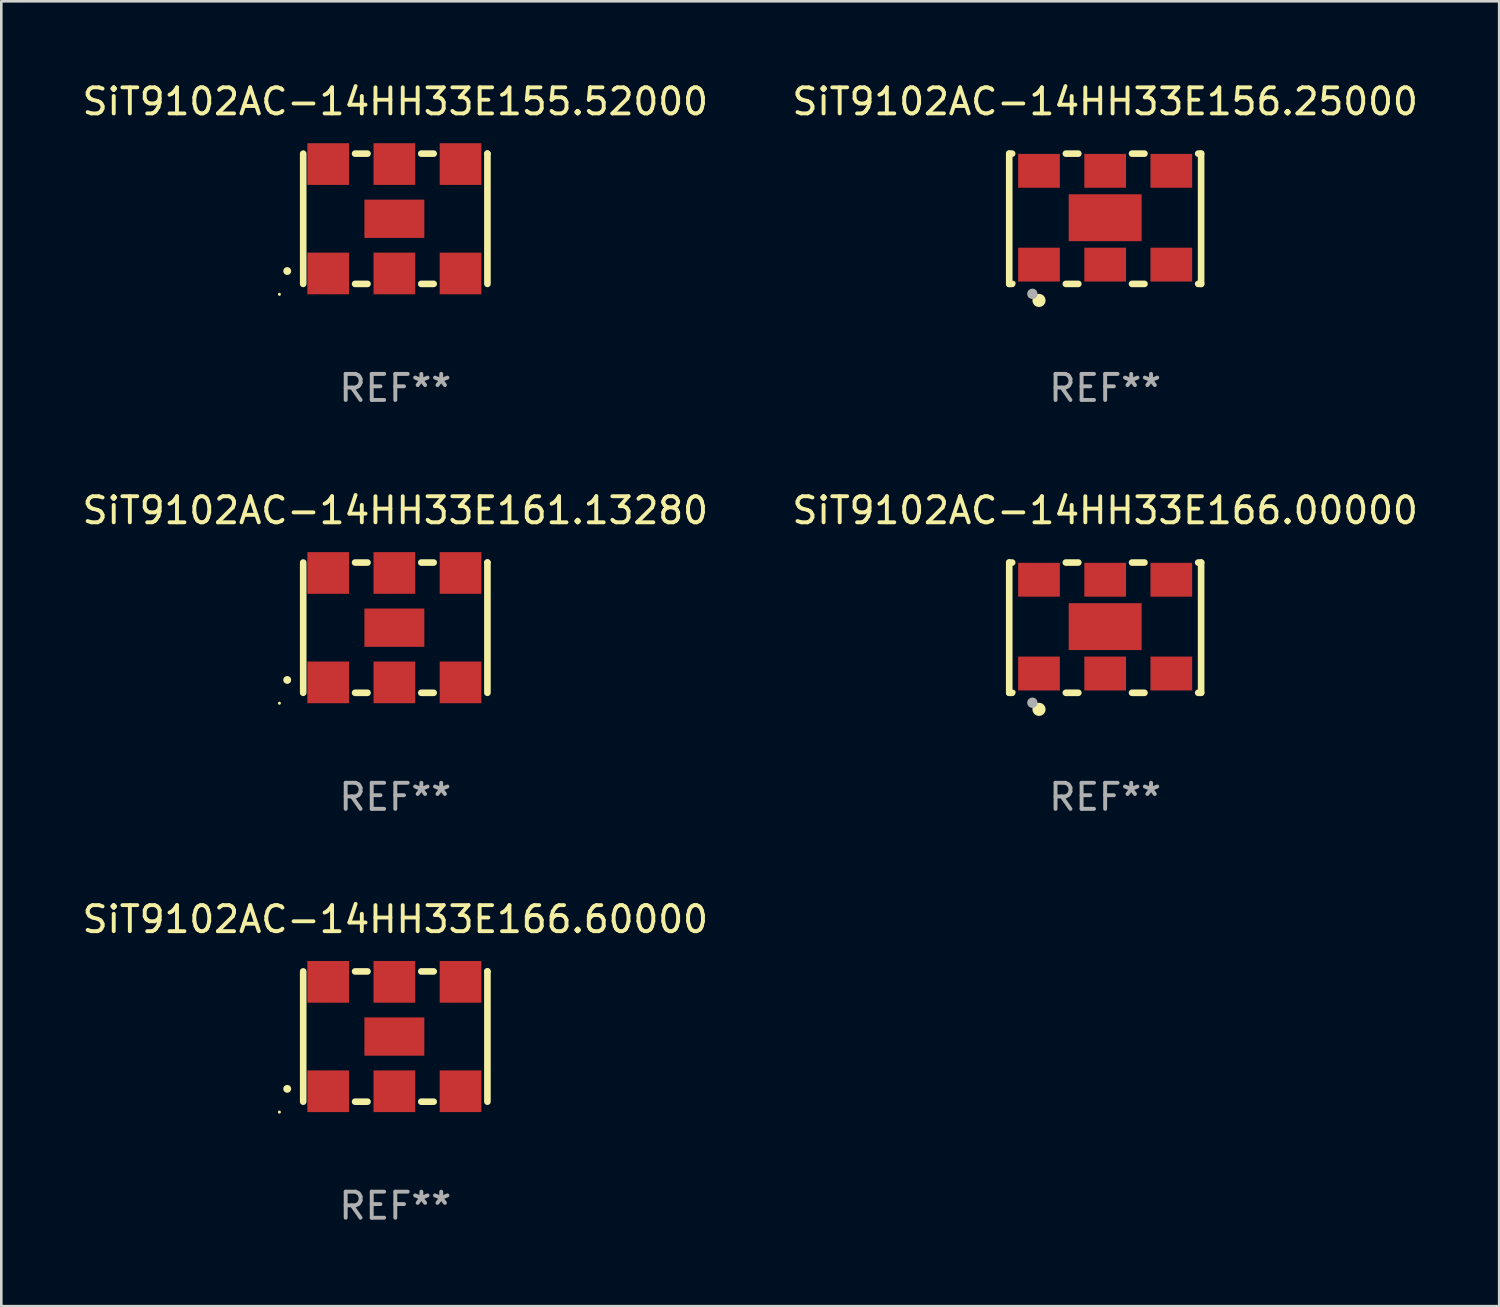
<source format=kicad_pcb>
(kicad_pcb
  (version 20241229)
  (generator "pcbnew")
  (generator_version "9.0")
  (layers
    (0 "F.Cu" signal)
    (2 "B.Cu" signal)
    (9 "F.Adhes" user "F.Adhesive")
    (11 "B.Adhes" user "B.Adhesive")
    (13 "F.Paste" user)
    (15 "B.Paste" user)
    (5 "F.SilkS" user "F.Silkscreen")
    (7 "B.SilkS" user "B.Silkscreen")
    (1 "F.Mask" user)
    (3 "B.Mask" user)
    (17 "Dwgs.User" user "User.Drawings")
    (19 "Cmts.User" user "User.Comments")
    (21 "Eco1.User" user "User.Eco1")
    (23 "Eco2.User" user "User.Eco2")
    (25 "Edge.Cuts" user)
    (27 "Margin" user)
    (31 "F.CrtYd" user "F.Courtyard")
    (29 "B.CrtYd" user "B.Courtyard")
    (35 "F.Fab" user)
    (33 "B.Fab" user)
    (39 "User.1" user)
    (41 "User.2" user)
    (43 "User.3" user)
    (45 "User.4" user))
  (footprint "SiT9102AC-14HH33E161.13280"
    (layer "F.Cu")
    (at 12.125 21.045)
    (property "Reference" "SiT9102AC-14HH33E161.13280" (at 0 -4.5 0) (layer "F.SilkS") (effects (font (size 1 1) (thickness 0.15))))
    (attr through_hole)
    (fp_line (start -3.536 -2.5) (end -3.536 2.5) (stroke (width 0.254) (type solid)) (layer "F.SilkS"))
    (fp_line (start -1.544 2.5) (end -1.067 2.5) (stroke (width 0.254) (type solid)) (layer "F.SilkS"))
    (fp_line (start -1.067 -2.5) (end -1.544 -2.5) (stroke (width 0.254) (type solid)) (layer "F.SilkS"))
    (fp_line (start 0.996 2.5) (end 1.473 2.5) (stroke (width 0.254) (type solid)) (layer "F.SilkS"))
    (fp_line (start 1.473 -2.5) (end 0.996 -2.5) (stroke (width 0.254) (type solid)) (layer "F.SilkS"))
    (fp_line (start 3.536 -2.5) (end 3.536 -2.5) (stroke (width 0.254) (type solid)) (layer "F.SilkS"))
    (fp_line (start 3.536 2.5) (end 3.536 -2.5) (stroke (width 0.254) (type solid)) (layer "F.SilkS"))
    (fp_arc (start -4.150432 2.006604) (mid -4.149162 2.006599) (end -4.147892 2.006604) (stroke (width 0.3) (type solid)) (layer "F.SilkS"))
    (fp_circle (center -4.449 2.9) (end -4.419 2.9) (stroke (width 0.06) (type solid)) (fill no) (layer "F.SilkS"))
    (fp_text user "REF**" (at 0 6.5 0) (layer "F.Fab") (effects (font (size 1 1) (thickness 0.15))))
    (pad "1" smd rect (at -2.576 2.1) (size 1.6 1.6) (layers "F.Cu" "F.Mask" "F.Paste"))
    (pad "2" smd rect (at -0.036 2.1) (size 1.6 1.6) (layers "F.Cu" "F.Mask" "F.Paste"))
    (pad "3" smd rect (at 2.504 2.1) (size 1.6 1.6) (layers "F.Cu" "F.Mask" "F.Paste"))
    (pad "4" smd rect (at 2.504 -2.1) (size 1.6 1.6) (layers "F.Cu" "F.Mask" "F.Paste"))
    (pad "5" smd rect (at -0.036 -2.1) (size 1.6 1.6) (layers "F.Cu" "F.Mask" "F.Paste"))
    (pad "6" smd rect (at -2.576 -2.1) (size 1.6 1.6) (layers "F.Cu" "F.Mask" "F.Paste"))
    (pad "7" smd rect (at -0.036 0) (size 2.3 1.47) (layers "F.Cu" "F.Mask" "F.Paste")))
  (footprint "SiT9102AC-14HH33E155.52000"
    (layer "F.Cu")
    (at 12.125 5.348)
    (property "Reference" "SiT9102AC-14HH33E155.52000" (at 0 -4.5 0) (layer "F.SilkS") (effects (font (size 1 1) (thickness 0.15))))
    (attr through_hole)
    (fp_line (start -3.536 -2.5) (end -3.536 2.5) (stroke (width 0.254) (type solid)) (layer "F.SilkS"))
    (fp_line (start -1.544 2.5) (end -1.067 2.5) (stroke (width 0.254) (type solid)) (layer "F.SilkS"))
    (fp_line (start -1.067 -2.5) (end -1.544 -2.5) (stroke (width 0.254) (type solid)) (layer "F.SilkS"))
    (fp_line (start 0.996 2.5) (end 1.473 2.5) (stroke (width 0.254) (type solid)) (layer "F.SilkS"))
    (fp_line (start 1.473 -2.5) (end 0.996 -2.5) (stroke (width 0.254) (type solid)) (layer "F.SilkS"))
    (fp_line (start 3.536 -2.5) (end 3.536 -2.5) (stroke (width 0.254) (type solid)) (layer "F.SilkS"))
    (fp_line (start 3.536 2.5) (end 3.536 -2.5) (stroke (width 0.254) (type solid)) (layer "F.SilkS"))
    (fp_arc (start -4.150432 2.006604) (mid -4.149162 2.006599) (end -4.147892 2.006604) (stroke (width 0.3) (type solid)) (layer "F.SilkS"))
    (fp_circle (center -4.449 2.9) (end -4.419 2.9) (stroke (width 0.06) (type solid)) (fill no) (layer "F.SilkS"))
    (fp_text user "REF**" (at 0 6.5 0) (layer "F.Fab") (effects (font (size 1 1) (thickness 0.15))))
    (pad "1" smd rect (at -2.576 2.1) (size 1.6 1.6) (layers "F.Cu" "F.Mask" "F.Paste"))
    (pad "2" smd rect (at -0.036 2.1) (size 1.6 1.6) (layers "F.Cu" "F.Mask" "F.Paste"))
    (pad "3" smd rect (at 2.504 2.1) (size 1.6 1.6) (layers "F.Cu" "F.Mask" "F.Paste"))
    (pad "4" smd rect (at 2.504 -2.1) (size 1.6 1.6) (layers "F.Cu" "F.Mask" "F.Paste"))
    (pad "5" smd rect (at -0.036 -2.1) (size 1.6 1.6) (layers "F.Cu" "F.Mask" "F.Paste"))
    (pad "6" smd rect (at -2.576 -2.1) (size 1.6 1.6) (layers "F.Cu" "F.Mask" "F.Paste"))
    (pad "7" smd rect (at -0.036 0) (size 2.3 1.47) (layers "F.Cu" "F.Mask" "F.Paste")))
  (footprint "SiT9102AC-14HH33E156.25000"
    (layer "F.Cu")
    (at 39.375 5.348)
    (property "Reference" "SiT9102AC-14HH33E156.25000" (at 0 -4.5 0) (layer "F.SilkS") (effects (font (size 1 1) (thickness 0.15))))
    (attr through_hole)
    (fp_line (start -3.683 -2.5) (end -3.571 -2.5) (stroke (width 0.254) (type solid)) (layer "F.SilkS"))
    (fp_line (start -3.683 2.5) (end -3.683 -2.5) (stroke (width 0.254) (type solid)) (layer "F.SilkS"))
    (fp_line (start -3.683 2.5) (end -3.571 2.5) (stroke (width 0.254) (type solid)) (layer "F.SilkS"))
    (fp_line (start -1.509 -2.5) (end -1.031 -2.5) (stroke (width 0.254) (type solid)) (layer "F.SilkS"))
    (fp_line (start -1.509 2.5) (end -1.031 2.5) (stroke (width 0.254) (type solid)) (layer "F.SilkS"))
    (fp_line (start 1.031 -2.5) (end 1.509 -2.5) (stroke (width 0.254) (type solid)) (layer "F.SilkS"))
    (fp_line (start 1.031 2.5) (end 1.509 2.5) (stroke (width 0.254) (type solid)) (layer "F.SilkS"))
    (fp_line (start 3.571 -2.5) (end 3.683 -2.5) (stroke (width 0.254) (type solid)) (layer "F.SilkS"))
    (fp_line (start 3.571 2.5) (end 3.683 2.5) (stroke (width 0.254) (type solid)) (layer "F.SilkS"))
    (fp_line (start 3.683 2.5) (end 3.683 -2.5) (stroke (width 0.254) (type solid)) (layer "F.SilkS"))
    (fp_circle (center -3.5 2.46) (end -3.47 2.46) (stroke (width 0.06) (type solid)) (fill no) (layer "F.SilkS"))
    (fp_circle (center -2.54 3.135) (end -2.413 3.135) (stroke (width 0.254) (type solid)) (fill no) (layer "F.SilkS"))
    (fp_circle (center -2.794 2.881) (end -2.694 2.881) (stroke (width 0.2) (type solid)) (fill no) (layer "F.Fab"))
    (fp_text user "REF**" (at 0 6.5 0) (layer "F.Fab") (effects (font (size 1 1) (thickness 0.15))))
    (pad "1" smd rect (at -2.54 1.76) (size 1.6 1.3) (layers "F.Cu" "F.Mask" "F.Paste"))
    (pad "2" smd rect (at 0 1.76) (size 1.6 1.3) (layers "F.Cu" "F.Mask" "F.Paste"))
    (pad "3" smd rect (at 2.54 1.76) (size 1.6 1.3) (layers "F.Cu" "F.Mask" "F.Paste"))
    (pad "4" smd rect (at 2.54 -1.84) (size 1.6 1.3) (layers "F.Cu" "F.Mask" "F.Paste"))
    (pad "5" smd rect (at 0 -1.84) (size 1.6 1.3) (layers "F.Cu" "F.Mask" "F.Paste"))
    (pad "6" smd rect (at -2.54 -1.84) (size 1.6 1.3) (layers "F.Cu" "F.Mask" "F.Paste"))
    (pad "7" smd rect (at 0 -0.04) (size 2.8 1.8) (layers "F.Cu" "F.Mask" "F.Paste")))
  (footprint "SiT9102AC-14HH33E166.00000"
    (layer "F.Cu")
    (at 39.375 21.045)
    (property "Reference" "SiT9102AC-14HH33E166.00000" (at 0 -4.5 0) (layer "F.SilkS") (effects (font (size 1 1) (thickness 0.15))))
    (attr through_hole)
    (fp_line (start -3.683 -2.5) (end -3.571 -2.5) (stroke (width 0.254) (type solid)) (layer "F.SilkS"))
    (fp_line (start -3.683 2.5) (end -3.683 -2.5) (stroke (width 0.254) (type solid)) (layer "F.SilkS"))
    (fp_line (start -3.683 2.5) (end -3.571 2.5) (stroke (width 0.254) (type solid)) (layer "F.SilkS"))
    (fp_line (start -1.509 -2.5) (end -1.031 -2.5) (stroke (width 0.254) (type solid)) (layer "F.SilkS"))
    (fp_line (start -1.509 2.5) (end -1.031 2.5) (stroke (width 0.254) (type solid)) (layer "F.SilkS"))
    (fp_line (start 1.031 -2.5) (end 1.509 -2.5) (stroke (width 0.254) (type solid)) (layer "F.SilkS"))
    (fp_line (start 1.031 2.5) (end 1.509 2.5) (stroke (width 0.254) (type solid)) (layer "F.SilkS"))
    (fp_line (start 3.571 -2.5) (end 3.683 -2.5) (stroke (width 0.254) (type solid)) (layer "F.SilkS"))
    (fp_line (start 3.571 2.5) (end 3.683 2.5) (stroke (width 0.254) (type solid)) (layer "F.SilkS"))
    (fp_line (start 3.683 2.5) (end 3.683 -2.5) (stroke (width 0.254) (type solid)) (layer "F.SilkS"))
    (fp_circle (center -3.5 2.46) (end -3.47 2.46) (stroke (width 0.06) (type solid)) (fill no) (layer "F.SilkS"))
    (fp_circle (center -2.54 3.135) (end -2.413 3.135) (stroke (width 0.254) (type solid)) (fill no) (layer "F.SilkS"))
    (fp_circle (center -2.794 2.881) (end -2.694 2.881) (stroke (width 0.2) (type solid)) (fill no) (layer "F.Fab"))
    (fp_text user "REF**" (at 0 6.5 0) (layer "F.Fab") (effects (font (size 1 1) (thickness 0.15))))
    (pad "1" smd rect (at -2.54 1.76) (size 1.6 1.3) (layers "F.Cu" "F.Mask" "F.Paste"))
    (pad "2" smd rect (at 0 1.76) (size 1.6 1.3) (layers "F.Cu" "F.Mask" "F.Paste"))
    (pad "3" smd rect (at 2.54 1.76) (size 1.6 1.3) (layers "F.Cu" "F.Mask" "F.Paste"))
    (pad "4" smd rect (at 2.54 -1.84) (size 1.6 1.3) (layers "F.Cu" "F.Mask" "F.Paste"))
    (pad "5" smd rect (at 0 -1.84) (size 1.6 1.3) (layers "F.Cu" "F.Mask" "F.Paste"))
    (pad "6" smd rect (at -2.54 -1.84) (size 1.6 1.3) (layers "F.Cu" "F.Mask" "F.Paste"))
    (pad "7" smd rect (at 0 -0.04) (size 2.8 1.8) (layers "F.Cu" "F.Mask" "F.Paste")))
  (footprint "SiT9102AC-14HH33E166.60000"
    (layer "F.Cu")
    (at 12.125 36.741)
    (property "Reference" "SiT9102AC-14HH33E166.60000" (at 0 -4.5 0) (layer "F.SilkS") (effects (font (size 1 1) (thickness 0.15))))
    (attr through_hole)
    (fp_line (start -3.536 -2.5) (end -3.536 2.5) (stroke (width 0.254) (type solid)) (layer "F.SilkS"))
    (fp_line (start -1.544 2.5) (end -1.067 2.5) (stroke (width 0.254) (type solid)) (layer "F.SilkS"))
    (fp_line (start -1.067 -2.5) (end -1.544 -2.5) (stroke (width 0.254) (type solid)) (layer "F.SilkS"))
    (fp_line (start 0.996 2.5) (end 1.473 2.5) (stroke (width 0.254) (type solid)) (layer "F.SilkS"))
    (fp_line (start 1.473 -2.5) (end 0.996 -2.5) (stroke (width 0.254) (type solid)) (layer "F.SilkS"))
    (fp_line (start 3.536 -2.5) (end 3.536 -2.5) (stroke (width 0.254) (type solid)) (layer "F.SilkS"))
    (fp_line (start 3.536 2.5) (end 3.536 -2.5) (stroke (width 0.254) (type solid)) (layer "F.SilkS"))
    (fp_arc (start -4.150432 2.006604) (mid -4.149162 2.006599) (end -4.147892 2.006604) (stroke (width 0.3) (type solid)) (layer "F.SilkS"))
    (fp_circle (center -4.449 2.9) (end -4.419 2.9) (stroke (width 0.06) (type solid)) (fill no) (layer "F.SilkS"))
    (fp_text user "REF**" (at 0 6.5 0) (layer "F.Fab") (effects (font (size 1 1) (thickness 0.15))))
    (pad "1" smd rect (at -2.576 2.1) (size 1.6 1.6) (layers "F.Cu" "F.Mask" "F.Paste"))
    (pad "2" smd rect (at -0.036 2.1) (size 1.6 1.6) (layers "F.Cu" "F.Mask" "F.Paste"))
    (pad "3" smd rect (at 2.504 2.1) (size 1.6 1.6) (layers "F.Cu" "F.Mask" "F.Paste"))
    (pad "4" smd rect (at 2.504 -2.1) (size 1.6 1.6) (layers "F.Cu" "F.Mask" "F.Paste"))
    (pad "5" smd rect (at -0.036 -2.1) (size 1.6 1.6) (layers "F.Cu" "F.Mask" "F.Paste"))
    (pad "6" smd rect (at -2.576 -2.1) (size 1.6 1.6) (layers "F.Cu" "F.Mask" "F.Paste"))
    (pad "7" smd rect (at -0.036 0) (size 2.3 1.47) (layers "F.Cu" "F.Mask" "F.Paste")))
  (gr_rect
    (start -3 -3)
    (end 54.5 47.09)
    (stroke (width 0.1) (type default))
    (fill no)
    (layer "Edge.Cuts")))
</source>
